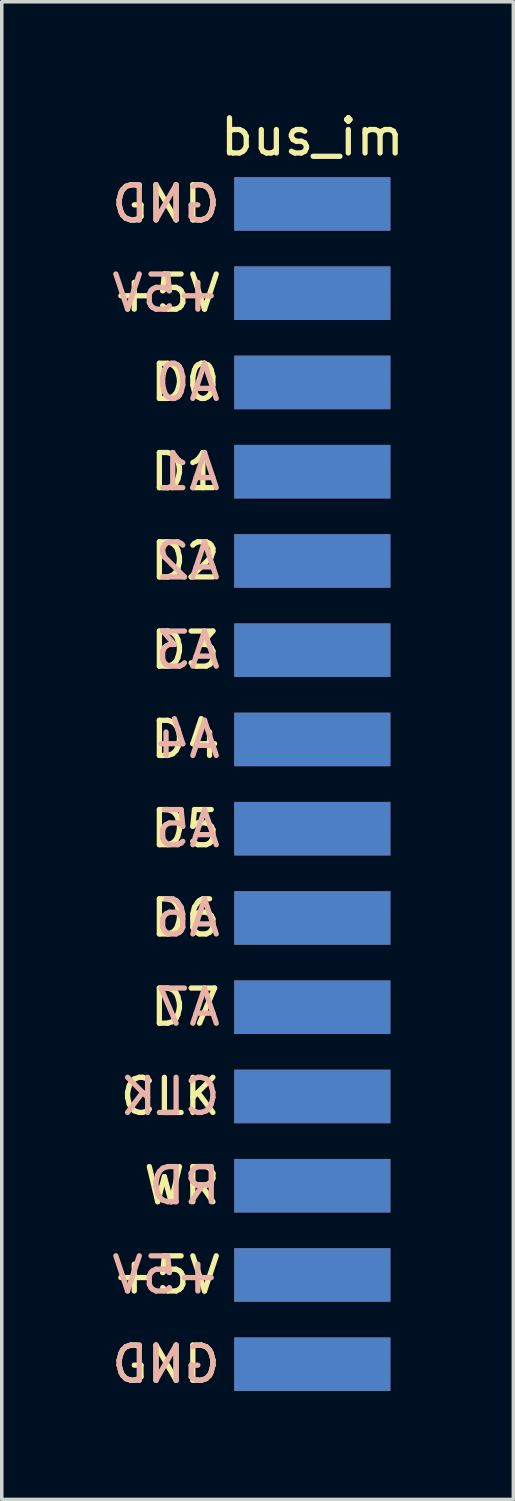
<source format=kicad_pcb>
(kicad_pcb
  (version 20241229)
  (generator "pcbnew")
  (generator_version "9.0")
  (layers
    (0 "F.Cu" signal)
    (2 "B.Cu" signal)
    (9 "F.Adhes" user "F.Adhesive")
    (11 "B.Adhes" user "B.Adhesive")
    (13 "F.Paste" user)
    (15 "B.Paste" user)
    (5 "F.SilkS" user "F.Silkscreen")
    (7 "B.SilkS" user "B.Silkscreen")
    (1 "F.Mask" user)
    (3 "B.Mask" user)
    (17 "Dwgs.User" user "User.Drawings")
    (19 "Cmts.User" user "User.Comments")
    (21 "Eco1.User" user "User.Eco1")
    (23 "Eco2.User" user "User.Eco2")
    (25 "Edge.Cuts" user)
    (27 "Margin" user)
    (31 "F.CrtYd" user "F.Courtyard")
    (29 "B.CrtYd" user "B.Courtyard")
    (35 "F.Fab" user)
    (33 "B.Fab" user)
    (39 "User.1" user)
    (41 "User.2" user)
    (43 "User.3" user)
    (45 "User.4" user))
  (footprint "bus_im"
    (layer "F.Cu")
    (at 5.838 2.753)
    (property "Reference" "bus_im" (at 0 -1.905 0) (layer "F.SilkS") (effects (font (size 1 1) (thickness 0.15))))
    (attr smd)
    (fp_text user "D4" (at -2.54 15.24 0) (layer "F.SilkS") (effects (font (size 1 1) (thickness 0.15)) (justify right)))
    (fp_text user "D6" (at -2.54 20.32 0) (layer "F.SilkS") (effects (font (size 1 1) (thickness 0.15)) (justify right)))
    (fp_text user "+5V" (at -2.54 30.48 0) (layer "F.SilkS") (effects (font (size 1 1) (thickness 0.15)) (justify right)))
    (fp_text user "WR" (at -2.54 27.94 0) (layer "F.SilkS") (effects (font (size 1 1) (thickness 0.15)) (justify right)))
    (fp_text user "D7" (at -2.54 22.86 0) (layer "F.SilkS") (effects (font (size 1 1) (thickness 0.15)) (justify right)))
    (fp_text user "+5V" (at -2.54 2.54 0) (layer "F.SilkS") (effects (font (size 1 1) (thickness 0.15)) (justify right)))
    (fp_text user "GND" (at -2.54 0 0) (layer "F.SilkS") (effects (font (size 1 1) (thickness 0.15)) (justify right)))
    (fp_text user "D1" (at -2.54 7.62 0) (layer "F.SilkS") (effects (font (size 1 1) (thickness 0.15)) (justify right)))
    (fp_text user "GND" (at -2.54 33.02 0) (layer "F.SilkS") (effects (font (size 1 1) (thickness 0.15)) (justify right)))
    (fp_text user "D0" (at -2.54 5.08 0) (layer "F.SilkS") (effects (font (size 1 1) (thickness 0.15)) (justify right)))
    (fp_text user "D2" (at -2.54 10.16 0) (layer "F.SilkS") (effects (font (size 1 1) (thickness 0.15)) (justify right)))
    (fp_text user "D3" (at -2.54 12.7 0) (layer "F.SilkS") (effects (font (size 1 1) (thickness 0.15)) (justify right)))
    (fp_text user "CLK" (at -2.54 25.4 0) (layer "F.SilkS") (effects (font (size 1 1) (thickness 0.15)) (justify right)))
    (fp_text user "D5" (at -2.54 17.78 0) (layer "F.SilkS") (effects (font (size 1 1) (thickness 0.15)) (justify right)))
    (fp_text user "GND" (at -2.54 0 0) (layer "B.SilkS") (effects (font (size 1 1) (thickness 0.15)) (justify left mirror)))
    (fp_text user "GND" (at -2.54 33.02 0) (layer "B.SilkS") (effects (font (size 1 1) (thickness 0.15)) (justify left mirror)))
    (fp_text user "A1" (at -2.54 7.62 0) (layer "B.SilkS") (effects (font (size 1 1) (thickness 0.15)) (justify left mirror)))
    (fp_text user "A7" (at -2.54 22.86 0) (layer "B.SilkS") (effects (font (size 1 1) (thickness 0.15)) (justify left mirror)))
    (fp_text user "+5V" (at -2.54 2.54 0) (layer "B.SilkS") (effects (font (size 1 1) (thickness 0.15)) (justify left mirror)))
    (fp_text user "A4" (at -2.54 15.24 0) (layer "B.SilkS") (effects (font (size 1 1) (thickness 0.15)) (justify left mirror)))
    (fp_text user "CLK" (at -2.54 25.4 0) (layer "B.SilkS") (effects (font (size 1 1) (thickness 0.15)) (justify left mirror)))
    (fp_text user "A6" (at -2.54 20.32 0) (layer "B.SilkS") (effects (font (size 1 1) (thickness 0.15)) (justify left mirror)))
    (fp_text user "RD" (at -2.54 27.94 0) (layer "B.SilkS") (effects (font (size 1 1) (thickness 0.15)) (justify left mirror)))
    (fp_text user "A2" (at -2.54 10.16 0) (layer "B.SilkS") (effects (font (size 1 1) (thickness 0.15)) (justify left mirror)))
    (fp_text user "+5V" (at -2.54 30.48 0) (layer "B.SilkS") (effects (font (size 1 1) (thickness 0.15)) (justify left mirror)))
    (fp_text user "A0" (at -2.54 5.08 0) (layer "B.SilkS") (effects (font (size 1 1) (thickness 0.15)) (justify left mirror)))
    (fp_text user "A5" (at -2.54 17.78 0) (layer "B.SilkS") (effects (font (size 1 1) (thickness 0.15)) (justify left mirror)))
    (fp_text user "A3" (at -2.54 12.7 0) (layer "B.SilkS") (effects (font (size 1 1) (thickness 0.15)) (justify left mirror)))
    (pad "1" smd rect (at 0 0) (size 4.445 1.524) (layers "B.Cu" "B.Mask" "B.Paste"))
    (pad "2" smd rect (at 0 0) (size 4.445 1.524) (layers "F.Cu" "F.Mask" "F.Paste"))
    (pad "3" smd rect (at 0 2.54) (size 4.445 1.524) (layers "B.Cu" "B.Mask" "B.Paste"))
    (pad "4" smd rect (at 0 2.54) (size 4.445 1.524) (layers "F.Cu" "F.Mask" "F.Paste"))
    (pad "5" smd rect (at 0 5.08) (size 4.445 1.524) (layers "B.Cu" "B.Mask" "B.Paste"))
    (pad "6" smd rect (at 0 5.08) (size 4.445 1.524) (layers "F.Cu" "F.Mask" "F.Paste"))
    (pad "7" smd rect (at 0 7.62) (size 4.445 1.524) (layers "B.Cu" "B.Mask" "B.Paste"))
    (pad "8" smd rect (at 0 7.62) (size 4.445 1.524) (layers "F.Cu" "F.Mask" "F.Paste"))
    (pad "9" smd rect (at 0 10.16) (size 4.445 1.524) (layers "B.Cu" "B.Mask" "B.Paste"))
    (pad "10" smd rect (at 0 10.16) (size 4.445 1.524) (layers "F.Cu" "F.Mask" "F.Paste"))
    (pad "11" smd rect (at 0 12.7) (size 4.445 1.524) (layers "B.Cu" "B.Mask" "B.Paste"))
    (pad "12" smd rect (at 0 12.7) (size 4.445 1.524) (layers "F.Cu" "F.Mask" "F.Paste"))
    (pad "13" smd rect (at 0 15.24) (size 4.445 1.524) (layers "B.Cu" "B.Mask" "B.Paste"))
    (pad "14" smd rect (at 0 15.24) (size 4.445 1.524) (layers "F.Cu" "F.Mask" "F.Paste"))
    (pad "15" smd rect (at 0 17.78) (size 4.445 1.524) (layers "B.Cu" "B.Mask" "B.Paste"))
    (pad "16" smd rect (at 0 17.78) (size 4.445 1.524) (layers "F.Cu" "F.Mask" "F.Paste"))
    (pad "17" smd rect (at 0 20.32) (size 4.445 1.524) (layers "B.Cu" "B.Mask" "B.Paste"))
    (pad "18" smd rect (at 0 20.32) (size 4.445 1.524) (layers "F.Cu" "F.Mask" "F.Paste"))
    (pad "19" smd rect (at 0 22.86) (size 4.445 1.524) (layers "B.Cu" "B.Mask" "B.Paste"))
    (pad "20" smd rect (at 0 22.86) (size 4.445 1.524) (layers "F.Cu" "F.Mask" "F.Paste"))
    (pad "21" smd rect (at 0 25.4) (size 4.445 1.524) (layers "B.Cu" "B.Mask" "B.Paste"))
    (pad "22" smd rect (at 0 25.4) (size 4.445 1.524) (layers "F.Cu" "F.Mask" "F.Paste"))
    (pad "23" smd rect (at 0 27.94) (size 4.445 1.524) (layers "B.Cu" "B.Mask" "B.Paste"))
    (pad "24" smd rect (at 0 27.94) (size 4.445 1.524) (layers "F.Cu" "F.Mask" "F.Paste"))
    (pad "25" smd rect (at 0 30.48) (size 4.445 1.524) (layers "B.Cu" "B.Mask" "B.Paste"))
    (pad "26" smd rect (at 0 30.48) (size 4.445 1.524) (layers "F.Cu" "F.Mask" "F.Paste"))
    (pad "27" smd rect (at 0 33.02) (size 4.445 1.524) (layers "B.Cu" "B.Mask" "B.Paste"))
    (pad "28" smd rect (at 0 33.02) (size 4.445 1.524) (layers "F.Cu" "F.Mask" "F.Paste")))
  (gr_rect
    (start -3 -3)
    (end 11.558 39.621)
    (stroke (width 0.1) (type default))
    (fill no)
    (layer "Edge.Cuts")))
</source>
